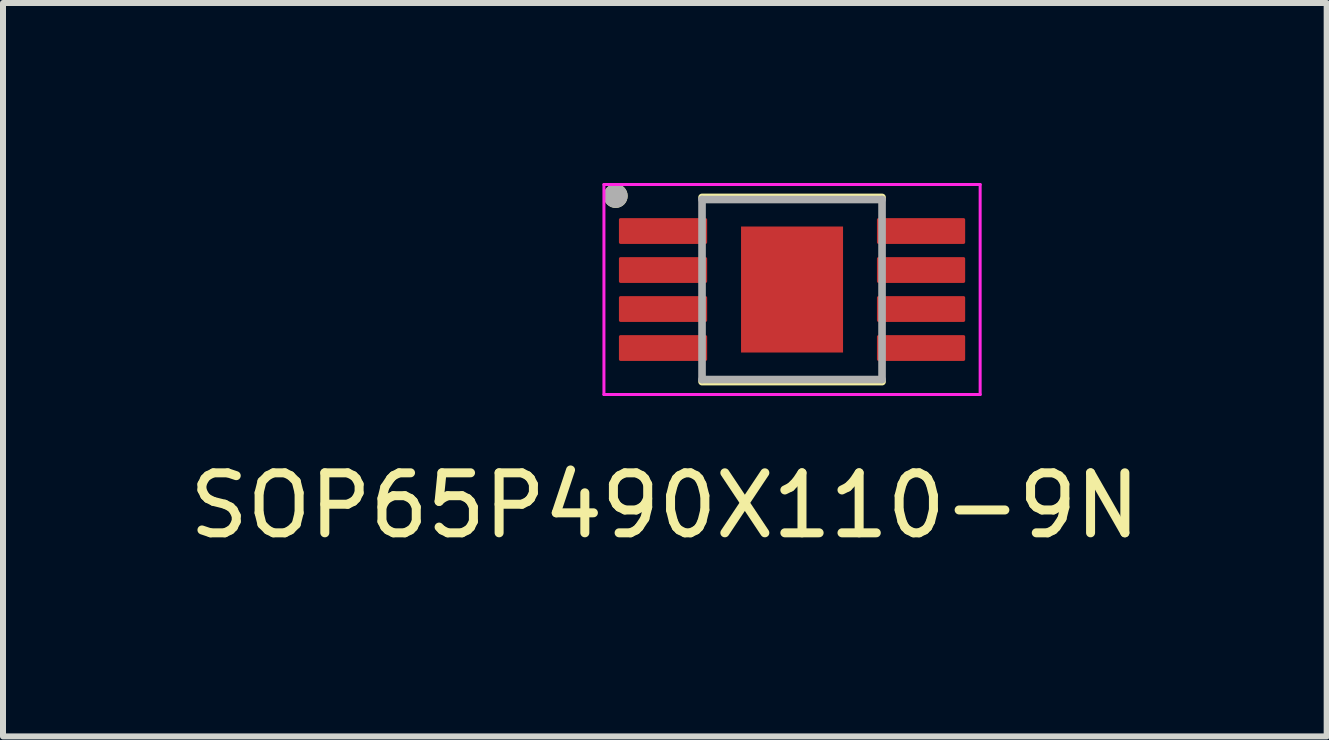
<source format=kicad_pcb>
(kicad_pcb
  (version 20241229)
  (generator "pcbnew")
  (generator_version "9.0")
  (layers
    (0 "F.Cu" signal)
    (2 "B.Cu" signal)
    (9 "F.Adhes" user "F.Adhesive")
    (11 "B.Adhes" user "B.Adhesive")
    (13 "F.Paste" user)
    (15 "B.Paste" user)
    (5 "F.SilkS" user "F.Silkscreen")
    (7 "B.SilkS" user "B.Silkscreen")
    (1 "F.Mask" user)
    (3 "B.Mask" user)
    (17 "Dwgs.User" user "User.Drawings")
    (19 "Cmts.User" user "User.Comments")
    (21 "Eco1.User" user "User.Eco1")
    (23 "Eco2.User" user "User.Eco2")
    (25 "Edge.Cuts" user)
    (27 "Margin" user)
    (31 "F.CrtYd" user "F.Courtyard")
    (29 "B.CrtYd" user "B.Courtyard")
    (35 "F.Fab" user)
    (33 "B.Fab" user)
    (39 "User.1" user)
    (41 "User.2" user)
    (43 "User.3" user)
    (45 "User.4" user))
  (footprint "SOP65P490X110-9N"
    (layer "F.Cu")
    (at 10.15 1.775)
    (property "Reference" "SOP65P490X110-9N" (at -2.12 3.6 180) (layer "F.SilkS") (effects (font (size 1 1) (thickness 0.15))))
    (attr smd)
    (fp_line (start -1.5 -1.535) (end 1.5 -1.535) (stroke (width 0.127) (type solid)) (layer "F.SilkS"))
    (fp_line (start -1.5 1.535) (end 1.5 1.535) (stroke (width 0.127) (type solid)) (layer "F.SilkS"))
    (fp_circle (center -2.94 -1.56) (end -2.84 -1.56) (stroke (width 0.2) (type solid)) (fill no) (layer "F.SilkS"))
    (fp_poly (pts (xy -0.75 -0.95) (xy 0.752 -0.95) (xy 0.752 0.95) (xy -0.75 0.95)) (stroke (width 0.01) (type solid)) (fill yes) (layer "F.Paste"))
    (fp_line (start -3.135 -1.75) (end -3.135 1.75) (stroke (width 0.05) (type solid)) (layer "F.CrtYd"))
    (fp_line (start -3.135 -1.75) (end 3.135 -1.75) (stroke (width 0.05) (type solid)) (layer "F.CrtYd"))
    (fp_line (start -3.135 1.75) (end 3.135 1.75) (stroke (width 0.05) (type solid)) (layer "F.CrtYd"))
    (fp_line (start 3.135 -1.75) (end 3.135 1.75) (stroke (width 0.05) (type solid)) (layer "F.CrtYd"))
    (fp_line (start -1.5 -1.5) (end -1.5 1.5) (stroke (width 0.127) (type solid)) (layer "F.Fab"))
    (fp_line (start -1.5 -1.5) (end 1.5 -1.5) (stroke (width 0.127) (type solid)) (layer "F.Fab"))
    (fp_line (start -1.5 1.5) (end 1.5 1.5) (stroke (width 0.127) (type solid)) (layer "F.Fab"))
    (fp_line (start 1.5 -1.5) (end 1.5 1.5) (stroke (width 0.127) (type solid)) (layer "F.Fab"))
    (fp_circle (center -2.94 -1.56) (end -2.84 -1.56) (stroke (width 0.2) (type solid)) (fill no) (layer "F.Fab"))
    (fp_rect (start -0.755 -0.95) (end 0.755 0.95) (stroke (width 0.0001) (type default)) (fill no) (layer "User.1"))
    (pad "1" smd roundrect (at -2.15 -0.975) (size 1.47 0.43) (layers "F.Cu" "F.Mask" "F.Paste") (roundrect_rratio 0.06))
    (pad "2" smd roundrect (at -2.15 -0.325) (size 1.47 0.43) (layers "F.Cu" "F.Mask" "F.Paste") (roundrect_rratio 0.06))
    (pad "3" smd roundrect (at -2.15 0.325) (size 1.47 0.43) (layers "F.Cu" "F.Mask" "F.Paste") (roundrect_rratio 0.06))
    (pad "4" smd roundrect (at -2.15 0.975) (size 1.47 0.43) (layers "F.Cu" "F.Mask" "F.Paste") (roundrect_rratio 0.06))
    (pad "5" smd roundrect (at 2.15 0.975) (size 1.47 0.43) (layers "F.Cu" "F.Mask" "F.Paste") (roundrect_rratio 0.06))
    (pad "6" smd roundrect (at 2.15 0.325) (size 1.47 0.43) (layers "F.Cu" "F.Mask" "F.Paste") (roundrect_rratio 0.06))
    (pad "7" smd roundrect (at 2.15 -0.325) (size 1.47 0.43) (layers "F.Cu" "F.Mask" "F.Paste") (roundrect_rratio 0.06))
    (pad "8" smd roundrect (at 2.15 -0.975) (size 1.47 0.43) (layers "F.Cu" "F.Mask" "F.Paste") (roundrect_rratio 0.06))
    (pad "9" smd rect (at 0 0) (size 1.7 2.1) (layers "F.Cu" "F.Mask")))
  (gr_rect
    (start -3 -3)
    (end 19.06 9.223)
    (stroke (width 0.1) (type default))
    (fill no)
    (layer "Edge.Cuts")))
</source>
